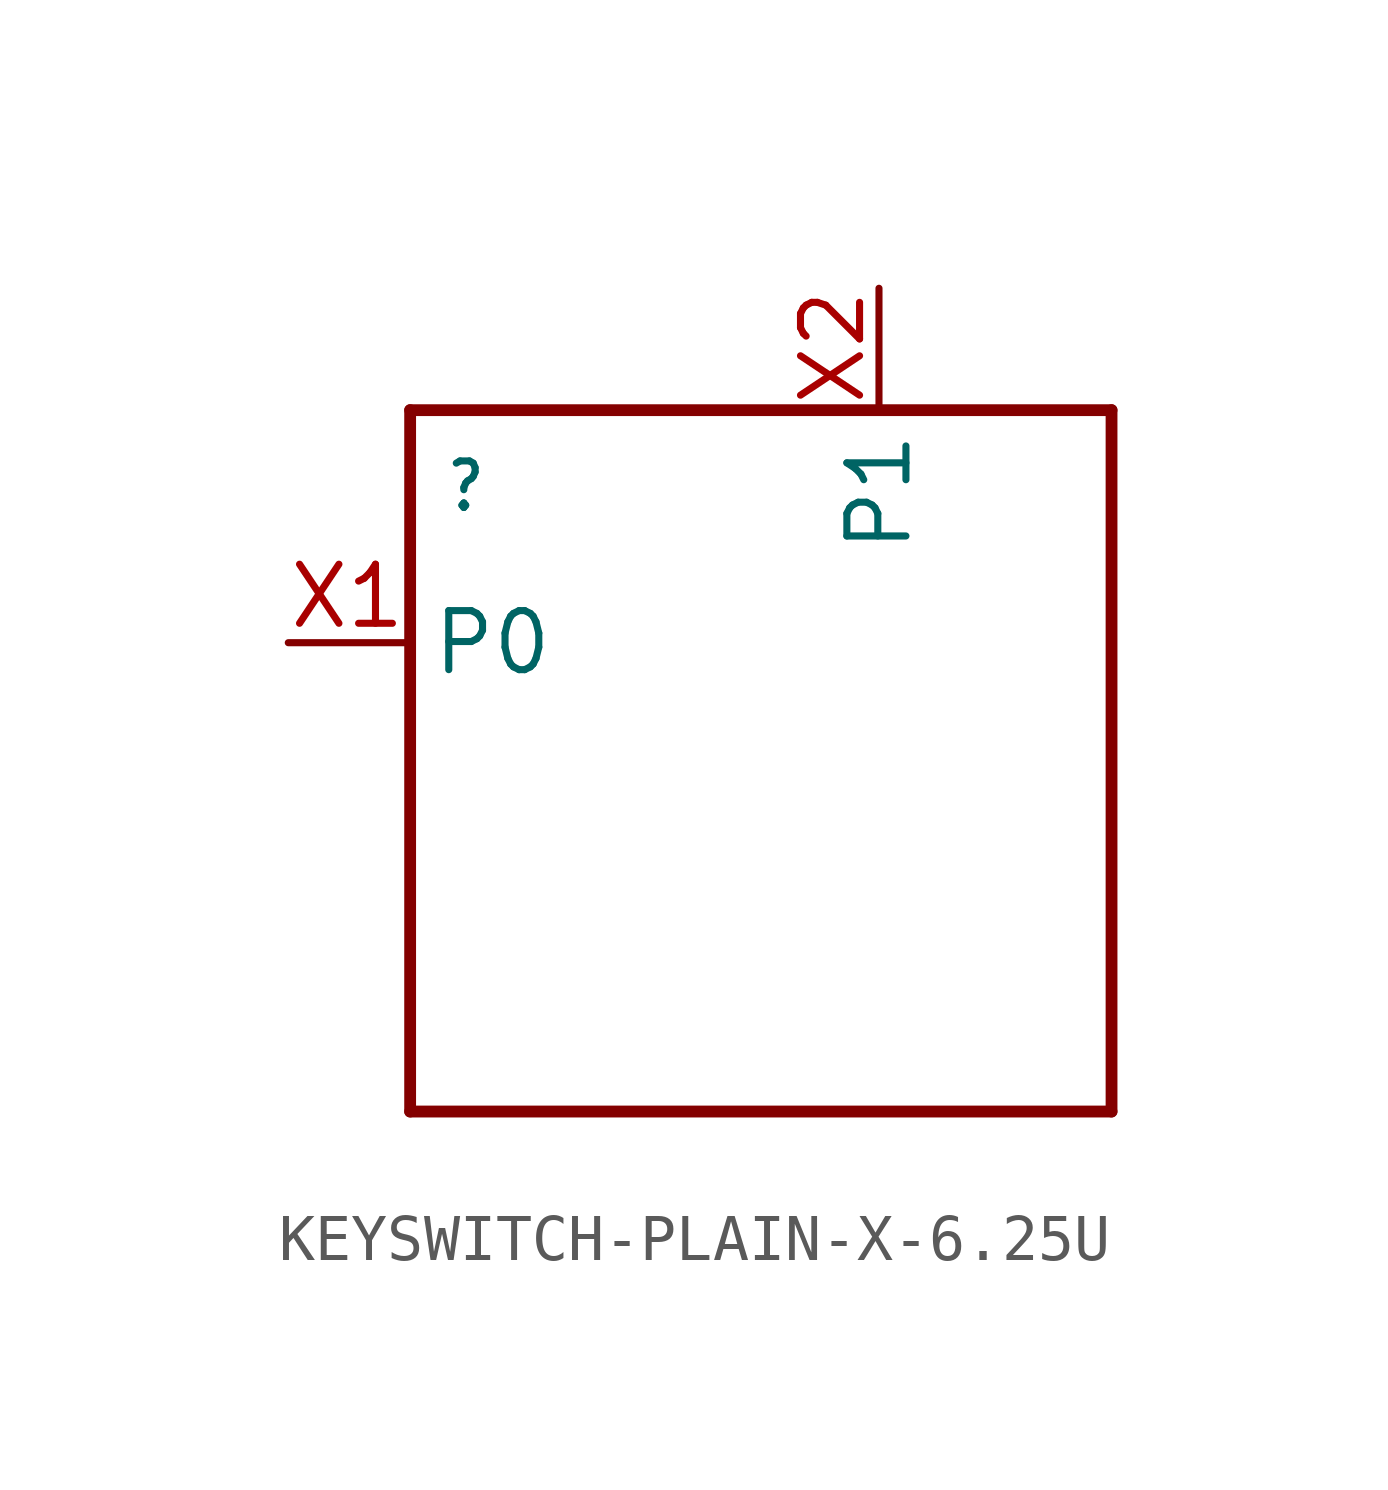
<source format=kicad_sym>
(kicad_symbol_lib
  (version 20211014)
  (generator kicad_symbol_editor)
  (symbol "KEYSWITCH-PLAIN-X-6.25U"
    (property "Reference" ""
      (at -6.81 5.318 0)
      (effects (font (size 1 0.85)) (justify left bottom)))
    (property "ki_locked" ""
      (at 0 0 0)
      (effects (font (size 1.27 1.27))))
    (symbol "KEYSWITCH-PLAIN-X-6.25U_1_0"
      (polyline (pts (xy -7.54 -7.54) (xy -7.54 7.54)) (stroke (width 0.254) (type default) (color 0 0 0 0)) (fill (type none)))
      (polyline (pts (xy -7.54 7.54) (xy 7.54 7.54)) (stroke (width 0.254) (type default) (color 0 0 0 0)) (fill (type none)))
      (polyline (pts (xy 7.54 -7.54) (xy -7.54 -7.54)) (stroke (width 0.254) (type default) (color 0 0 0 0)) (fill (type none)))
      (polyline (pts (xy 7.54 7.54) (xy 7.54 -7.54)) (stroke (width 0.254) (type default) (color 0 0 0 0)) (fill (type none)))
      (pin bidirectional line (at -10.16 2.54 0) (length 2.54) (name "P0" (effects (font (size 1.27 1.27)))) (number "X1" (effects (font (size 1.27 1.27)))))
      (pin bidirectional line (at 2.54 10.16 270) (length 2.54) (name "P1" (effects (font (size 1.27 1.27)))) (number "X2" (effects (font (size 1.27 1.27))))))))
</source>
